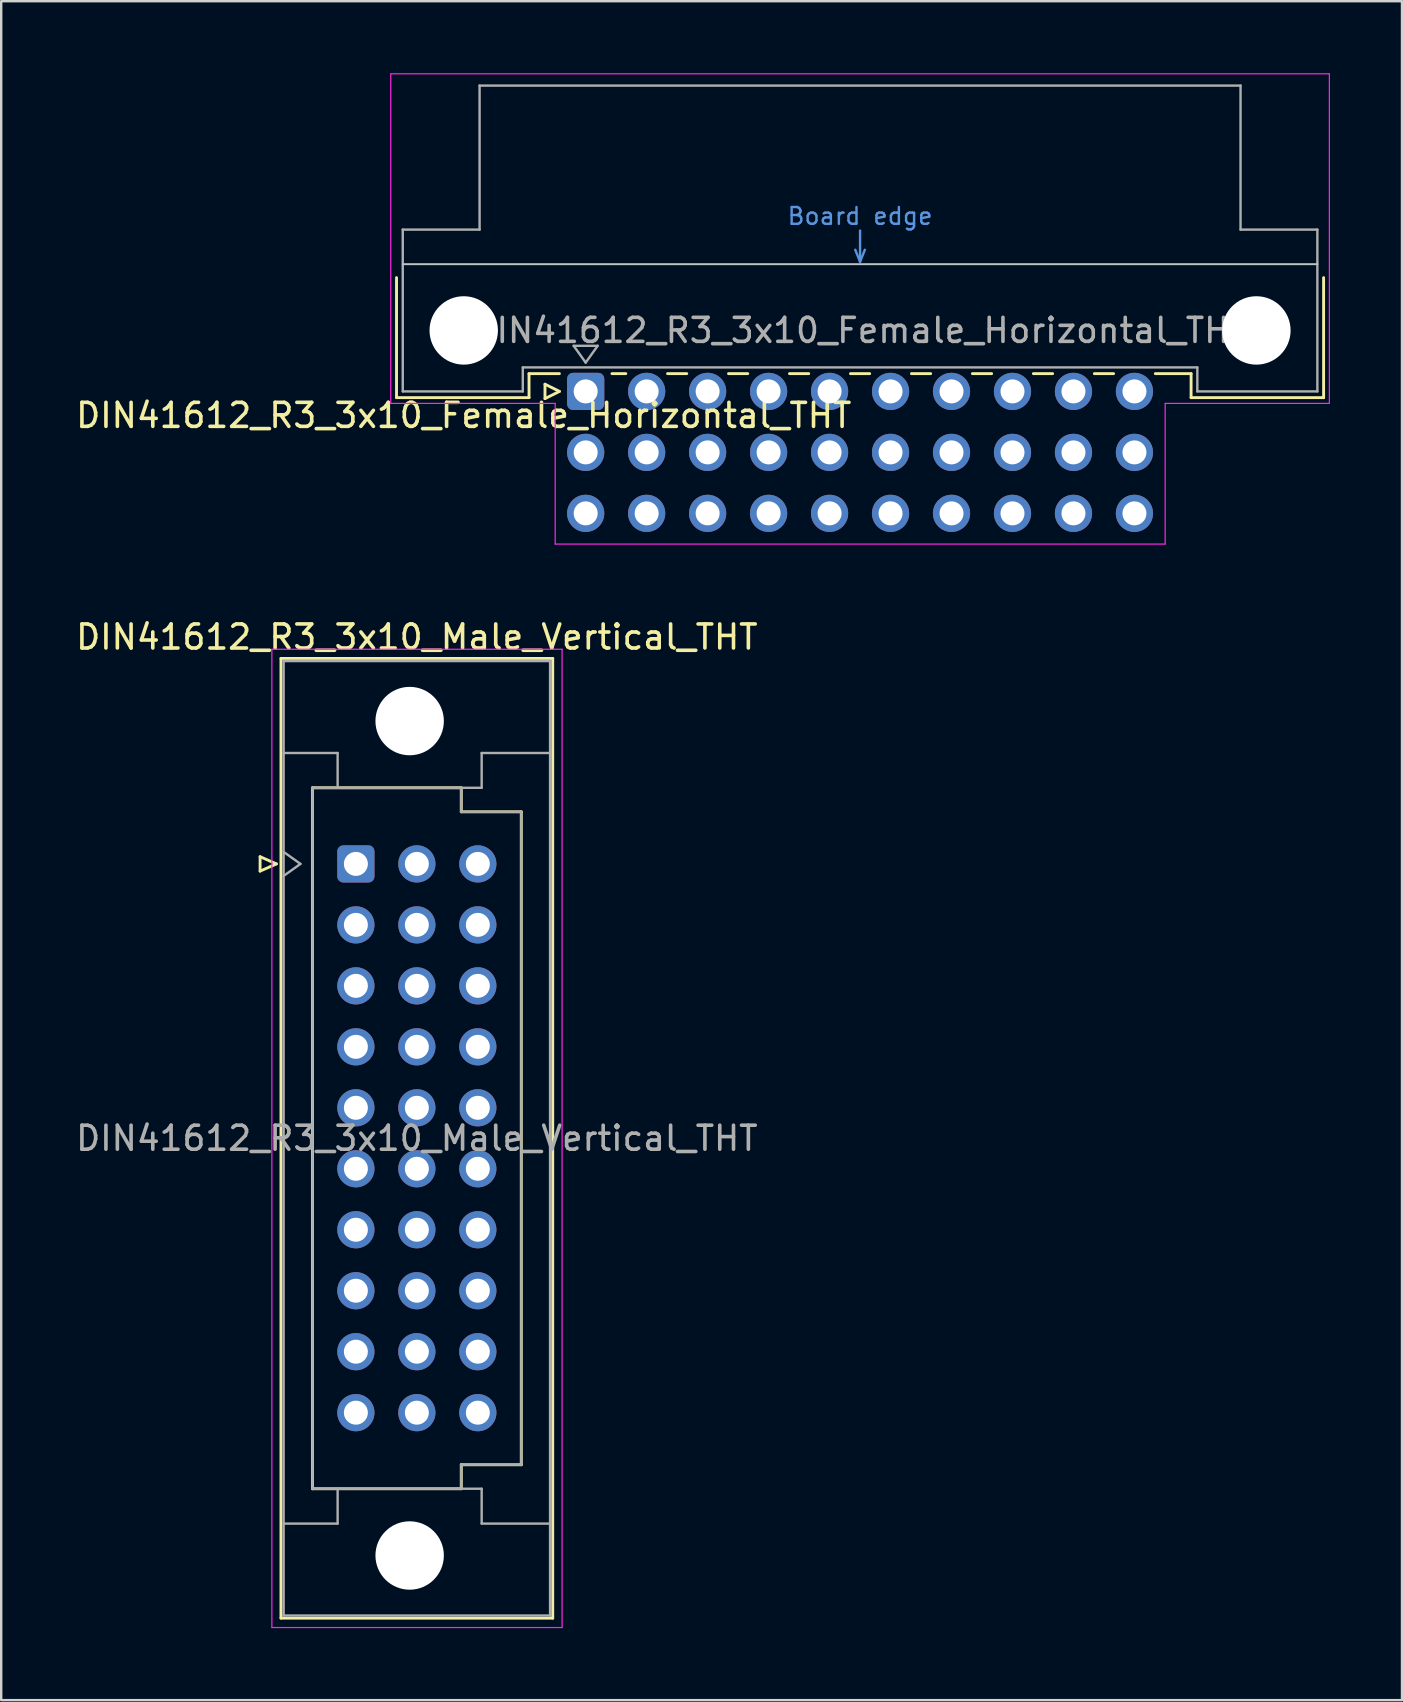
<source format=kicad_pcb>
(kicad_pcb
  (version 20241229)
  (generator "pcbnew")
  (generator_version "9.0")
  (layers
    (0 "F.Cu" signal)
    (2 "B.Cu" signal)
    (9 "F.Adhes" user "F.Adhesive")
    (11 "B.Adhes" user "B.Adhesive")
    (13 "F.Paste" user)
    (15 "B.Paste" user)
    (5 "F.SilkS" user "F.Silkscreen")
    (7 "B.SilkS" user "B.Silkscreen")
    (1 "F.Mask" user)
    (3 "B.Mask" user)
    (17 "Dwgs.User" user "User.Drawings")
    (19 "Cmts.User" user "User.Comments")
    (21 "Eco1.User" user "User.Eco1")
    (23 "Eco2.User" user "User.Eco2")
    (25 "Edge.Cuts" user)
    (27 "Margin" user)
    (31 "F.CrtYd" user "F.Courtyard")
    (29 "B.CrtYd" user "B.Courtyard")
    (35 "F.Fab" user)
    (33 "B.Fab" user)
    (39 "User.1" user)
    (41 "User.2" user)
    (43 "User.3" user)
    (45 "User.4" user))
  (footprint "DIN41612_R3_3x10_Male_Vertical_THT"
    (layer "F.Cu")
    (at 11.775 32.938)
    (property "Reference" "DIN41612_R3_3x10_Male_Vertical_THT" (at 2.54 -9.45 0) (layer "F.SilkS") (effects (font (size 1 1) (thickness 0.15))))
    (attr through_hole)
    (fp_line (start -3.99 -0.3) (end -3.99 0.3) (stroke (width 0.12) (type solid)) (layer "F.SilkS"))
    (fp_line (start -3.99 0.3) (end -3.31 0) (stroke (width 0.12) (type solid)) (layer "F.SilkS"))
    (fp_line (start -3.31 0) (end -3.99 -0.3) (stroke (width 0.12) (type solid)) (layer "F.SilkS"))
    (fp_line (start -3.12 -8.56) (end 8.2 -8.56) (stroke (width 0.12) (type solid)) (layer "F.SilkS"))
    (fp_line (start -3.12 31.42) (end -3.12 -8.56) (stroke (width 0.12) (type solid)) (layer "F.SilkS"))
    (fp_line (start -1.81 -3.17) (end 4.39 -3.17) (stroke (width 0.12) (type solid)) (layer "F.SilkS"))
    (fp_line (start -1.81 26.03) (end -1.81 -3.17) (stroke (width 0.12) (type solid)) (layer "F.SilkS"))
    (fp_line (start 4.39 -3.17) (end 4.39 -2.17) (stroke (width 0.12) (type solid)) (layer "F.SilkS"))
    (fp_line (start 4.39 -2.17) (end 6.89 -2.17) (stroke (width 0.12) (type solid)) (layer "F.SilkS"))
    (fp_line (start 4.39 25.03) (end 4.39 26.03) (stroke (width 0.12) (type solid)) (layer "F.SilkS"))
    (fp_line (start 4.39 26.03) (end -1.81 26.03) (stroke (width 0.12) (type solid)) (layer "F.SilkS"))
    (fp_line (start 6.89 -2.17) (end 6.89 25.03) (stroke (width 0.12) (type solid)) (layer "F.SilkS"))
    (fp_line (start 6.89 25.03) (end 4.39 25.03) (stroke (width 0.12) (type solid)) (layer "F.SilkS"))
    (fp_line (start 8.2 -8.56) (end 8.2 31.42) (stroke (width 0.12) (type solid)) (layer "F.SilkS"))
    (fp_line (start 8.2 31.42) (end -3.12 31.42) (stroke (width 0.12) (type solid)) (layer "F.SilkS"))
    (fp_line (start -3.5 -8.94) (end 8.59 -8.94) (stroke (width 0.05) (type solid)) (layer "F.CrtYd"))
    (fp_line (start -3.5 31.81) (end -3.5 -8.94) (stroke (width 0.05) (type solid)) (layer "F.CrtYd"))
    (fp_line (start 8.59 -8.94) (end 8.59 31.81) (stroke (width 0.05) (type solid)) (layer "F.CrtYd"))
    (fp_line (start 8.59 31.81) (end -3.5 31.81) (stroke (width 0.05) (type solid)) (layer "F.CrtYd"))
    (fp_line (start -3.01 -8.45) (end 8.09 -8.45) (stroke (width 0.1) (type solid)) (layer "F.Fab"))
    (fp_line (start -3.01 -4.62) (end -0.76 -4.62) (stroke (width 0.1) (type solid)) (layer "F.Fab"))
    (fp_line (start -3.01 -0.5) (end -2.31 0) (stroke (width 0.1) (type solid)) (layer "F.Fab"))
    (fp_line (start -3.01 27.48) (end -0.76 27.48) (stroke (width 0.1) (type solid)) (layer "F.Fab"))
    (fp_line (start -3.01 31.31) (end -3.01 -8.45) (stroke (width 0.1) (type solid)) (layer "F.Fab"))
    (fp_line (start -2.31 0) (end -3.01 0.5) (stroke (width 0.1) (type solid)) (layer "F.Fab"))
    (fp_line (start -1.81 -3.17) (end 4.39 -3.17) (stroke (width 0.1) (type solid)) (layer "F.Fab"))
    (fp_line (start -1.81 26.03) (end -1.81 -3.17) (stroke (width 0.1) (type solid)) (layer "F.Fab"))
    (fp_line (start -0.76 -4.62) (end -0.76 -3.17) (stroke (width 0.1) (type solid)) (layer "F.Fab"))
    (fp_line (start -0.76 27.48) (end -0.76 26.03) (stroke (width 0.1) (type solid)) (layer "F.Fab"))
    (fp_line (start 4.39 -3.17) (end 4.39 -2.17) (stroke (width 0.1) (type solid)) (layer "F.Fab"))
    (fp_line (start 4.39 -3.17) (end 5.24 -3.17) (stroke (width 0.1) (type solid)) (layer "F.Fab"))
    (fp_line (start 4.39 -2.17) (end 6.89 -2.17) (stroke (width 0.1) (type solid)) (layer "F.Fab"))
    (fp_line (start 4.39 25.03) (end 4.39 26.03) (stroke (width 0.1) (type solid)) (layer "F.Fab"))
    (fp_line (start 4.39 26.03) (end -1.81 26.03) (stroke (width 0.1) (type solid)) (layer "F.Fab"))
    (fp_line (start 4.39 26.03) (end 5.24 26.03) (stroke (width 0.1) (type solid)) (layer "F.Fab"))
    (fp_line (start 5.24 -4.62) (end 8.09 -4.62) (stroke (width 0.1) (type solid)) (layer "F.Fab"))
    (fp_line (start 5.24 -3.17) (end 5.24 -4.62) (stroke (width 0.1) (type solid)) (layer "F.Fab"))
    (fp_line (start 5.24 26.03) (end 5.24 27.48) (stroke (width 0.1) (type solid)) (layer "F.Fab"))
    (fp_line (start 5.24 27.48) (end 8.09 27.48) (stroke (width 0.1) (type solid)) (layer "F.Fab"))
    (fp_line (start 6.89 -2.17) (end 6.89 25.03) (stroke (width 0.1) (type solid)) (layer "F.Fab"))
    (fp_line (start 6.89 25.03) (end 4.39 25.03) (stroke (width 0.1) (type solid)) (layer "F.Fab"))
    (fp_line (start 8.09 -8.45) (end 8.09 31.31) (stroke (width 0.1) (type solid)) (layer "F.Fab"))
    (fp_line (start 8.09 31.31) (end -3.01 31.31) (stroke (width 0.1) (type solid)) (layer "F.Fab"))
    (fp_text user "${REFERENCE}" (at 2.54 11.43 0) (layer "F.Fab") (effects (font (size 1 1) (thickness 0.15))))
    (pad "" np_thru_hole circle (at 2.24 -5.95) (size 2.85 2.85) (drill 2.85) (layers "*.Cu" "*.Mask"))
    (pad "" np_thru_hole circle (at 2.24 28.81) (size 2.85 2.85) (drill 2.85) (layers "*.Cu" "*.Mask"))
    (pad "a1" thru_hole roundrect (at 0 0) (size 1.55 1.55) (drill 1) (layers "*.Cu" "*.Mask") (roundrect_rratio 0.161))
    (pad "a2" thru_hole circle (at 0 2.54) (size 1.55 1.55) (drill 1) (layers "*.Cu" "*.Mask"))
    (pad "a3" thru_hole circle (at 0 5.08) (size 1.55 1.55) (drill 1) (layers "*.Cu" "*.Mask"))
    (pad "a4" thru_hole circle (at 0 7.62) (size 1.55 1.55) (drill 1) (layers "*.Cu" "*.Mask"))
    (pad "a5" thru_hole circle (at 0 10.16) (size 1.55 1.55) (drill 1) (layers "*.Cu" "*.Mask"))
    (pad "a6" thru_hole circle (at 0 12.7) (size 1.55 1.55) (drill 1) (layers "*.Cu" "*.Mask"))
    (pad "a7" thru_hole circle (at 0 15.24) (size 1.55 1.55) (drill 1) (layers "*.Cu" "*.Mask"))
    (pad "a8" thru_hole circle (at 0 17.78) (size 1.55 1.55) (drill 1) (layers "*.Cu" "*.Mask"))
    (pad "a9" thru_hole circle (at 0 20.32) (size 1.55 1.55) (drill 1) (layers "*.Cu" "*.Mask"))
    (pad "a10" thru_hole circle (at 0 22.86) (size 1.55 1.55) (drill 1) (layers "*.Cu" "*.Mask"))
    (pad "b1" thru_hole circle (at 2.54 0) (size 1.55 1.55) (drill 1) (layers "*.Cu" "*.Mask"))
    (pad "b2" thru_hole circle (at 2.54 2.54) (size 1.55 1.55) (drill 1) (layers "*.Cu" "*.Mask"))
    (pad "b3" thru_hole circle (at 2.54 5.08) (size 1.55 1.55) (drill 1) (layers "*.Cu" "*.Mask"))
    (pad "b4" thru_hole circle (at 2.54 7.62) (size 1.55 1.55) (drill 1) (layers "*.Cu" "*.Mask"))
    (pad "b5" thru_hole circle (at 2.54 10.16) (size 1.55 1.55) (drill 1) (layers "*.Cu" "*.Mask"))
    (pad "b6" thru_hole circle (at 2.54 12.7) (size 1.55 1.55) (drill 1) (layers "*.Cu" "*.Mask"))
    (pad "b7" thru_hole circle (at 2.54 15.24) (size 1.55 1.55) (drill 1) (layers "*.Cu" "*.Mask"))
    (pad "b8" thru_hole circle (at 2.54 17.78) (size 1.55 1.55) (drill 1) (layers "*.Cu" "*.Mask"))
    (pad "b9" thru_hole circle (at 2.54 20.32) (size 1.55 1.55) (drill 1) (layers "*.Cu" "*.Mask"))
    (pad "b10" thru_hole circle (at 2.54 22.86) (size 1.55 1.55) (drill 1) (layers "*.Cu" "*.Mask"))
    (pad "c1" thru_hole circle (at 5.08 0) (size 1.55 1.55) (drill 1) (layers "*.Cu" "*.Mask"))
    (pad "c2" thru_hole circle (at 5.08 2.54) (size 1.55 1.55) (drill 1) (layers "*.Cu" "*.Mask"))
    (pad "c3" thru_hole circle (at 5.08 5.08) (size 1.55 1.55) (drill 1) (layers "*.Cu" "*.Mask"))
    (pad "c4" thru_hole circle (at 5.08 7.62) (size 1.55 1.55) (drill 1) (layers "*.Cu" "*.Mask"))
    (pad "c5" thru_hole circle (at 5.08 10.16) (size 1.55 1.55) (drill 1) (layers "*.Cu" "*.Mask"))
    (pad "c6" thru_hole circle (at 5.08 12.7) (size 1.55 1.55) (drill 1) (layers "*.Cu" "*.Mask"))
    (pad "c7" thru_hole circle (at 5.08 15.24) (size 1.55 1.55) (drill 1) (layers "*.Cu" "*.Mask"))
    (pad "c8" thru_hole circle (at 5.08 17.78) (size 1.55 1.55) (drill 1) (layers "*.Cu" "*.Mask"))
    (pad "c9" thru_hole circle (at 5.08 20.32) (size 1.55 1.55) (drill 1) (layers "*.Cu" "*.Mask"))
    (pad "c10" thru_hole circle (at 5.08 22.86) (size 1.55 1.55) (drill 1) (layers "*.Cu" "*.Mask")))
  (footprint "DIN41612_R3_3x10_Female_Horizontal_THT"
    (layer "F.Cu")
    (at 21.348 13.255)
    (property "Reference" "DIN41612_R3_3x10_Female_Horizontal_THT" (at -5.08 1 0) (layer "F.SilkS") (effects (font (size 1 1) (thickness 0.15))))
    (attr through_hole)
    (fp_line (start -7.88 -4.74) (end -7.88 0.26) (stroke (width 0.12) (type solid)) (layer "F.SilkS"))
    (fp_line (start -7.88 0.26) (end -2.36 0.26) (stroke (width 0.12) (type solid)) (layer "F.SilkS"))
    (fp_line (start -2.361 -0.74) (end -1.095 -0.74) (stroke (width 0.12) (type solid)) (layer "F.SilkS"))
    (fp_line (start -2.36 0.26) (end -2.36 -0.74) (stroke (width 0.12) (type solid)) (layer "F.SilkS"))
    (fp_line (start -1.695 -0.3) (end -1.695 0.3) (stroke (width 0.12) (type solid)) (layer "F.SilkS"))
    (fp_line (start -1.695 0.3) (end -1.095 0) (stroke (width 0.12) (type solid)) (layer "F.SilkS"))
    (fp_line (start -1.095 0) (end -1.695 -0.3) (stroke (width 0.12) (type solid)) (layer "F.SilkS"))
    (fp_line (start 1.095 -0.74) (end 1.671 -0.74) (stroke (width 0.12) (type solid)) (layer "F.SilkS"))
    (fp_line (start 3.41 -0.74) (end 4.211 -0.74) (stroke (width 0.12) (type solid)) (layer "F.SilkS"))
    (fp_line (start 5.95 -0.74) (end 6.751 -0.74) (stroke (width 0.12) (type solid)) (layer "F.SilkS"))
    (fp_line (start 8.49 -0.74) (end 9.291 -0.74) (stroke (width 0.12) (type solid)) (layer "F.SilkS"))
    (fp_line (start 11.03 -0.74) (end 11.831 -0.74) (stroke (width 0.12) (type solid)) (layer "F.SilkS"))
    (fp_line (start 13.57 -0.74) (end 14.371 -0.74) (stroke (width 0.12) (type solid)) (layer "F.SilkS"))
    (fp_line (start 16.11 -0.74) (end 16.911 -0.74) (stroke (width 0.12) (type solid)) (layer "F.SilkS"))
    (fp_line (start 18.65 -0.74) (end 19.451 -0.74) (stroke (width 0.12) (type solid)) (layer "F.SilkS"))
    (fp_line (start 21.19 -0.74) (end 21.991 -0.74) (stroke (width 0.12) (type solid)) (layer "F.SilkS"))
    (fp_line (start 23.73 -0.74) (end 25.22 -0.74) (stroke (width 0.12) (type solid)) (layer "F.SilkS"))
    (fp_line (start 25.22 0.26) (end 25.22 -0.74) (stroke (width 0.12) (type solid)) (layer "F.SilkS"))
    (fp_line (start 30.74 -4.74) (end 30.74 0.26) (stroke (width 0.12) (type solid)) (layer "F.SilkS"))
    (fp_line (start 30.74 0.26) (end 25.22 0.26) (stroke (width 0.12) (type solid)) (layer "F.SilkS"))
    (fp_line (start -7.62 -5.3) (end 30.48 -5.3) (stroke (width 0.08) (type solid)) (layer "Dwgs.User"))
    (fp_line (start 11.23 -5.9) (end 11.43 -5.4) (stroke (width 0.1) (type solid)) (layer "Cmts.User"))
    (fp_line (start 11.43 -5.4) (end 11.43 -6.7) (stroke (width 0.1) (type solid)) (layer "Cmts.User"))
    (fp_line (start 11.43 -5.4) (end 11.63 -5.9) (stroke (width 0.1) (type solid)) (layer "Cmts.User"))
    (fp_line (start -8.12 -13.23) (end -8.12 0.5) (stroke (width 0.05) (type solid)) (layer "F.CrtYd"))
    (fp_line (start -8.12 0.5) (end -1.27 0.5) (stroke (width 0.05) (type solid)) (layer "F.CrtYd"))
    (fp_line (start -1.27 0.5) (end -1.27 6.36) (stroke (width 0.05) (type solid)) (layer "F.CrtYd"))
    (fp_line (start -1.27 6.36) (end 24.14 6.36) (stroke (width 0.05) (type solid)) (layer "F.CrtYd"))
    (fp_line (start 24.14 0.5) (end 30.98 0.5) (stroke (width 0.05) (type solid)) (layer "F.CrtYd"))
    (fp_line (start 24.14 6.36) (end 24.14 0.5) (stroke (width 0.05) (type solid)) (layer "F.CrtYd"))
    (fp_line (start 30.98 -13.23) (end -8.12 -13.23) (stroke (width 0.05) (type solid)) (layer "F.CrtYd"))
    (fp_line (start 30.98 0.5) (end 30.98 -13.23) (stroke (width 0.05) (type solid)) (layer "F.CrtYd"))
    (fp_line (start -7.62 -6.74) (end -7.62 0) (stroke (width 0.1) (type solid)) (layer "F.Fab"))
    (fp_line (start -7.62 0) (end -2.62 0) (stroke (width 0.1) (type solid)) (layer "F.Fab"))
    (fp_line (start -4.42 -12.74) (end -4.42 -6.74) (stroke (width 0.1) (type solid)) (layer "F.Fab"))
    (fp_line (start -4.42 -6.74) (end -7.62 -6.74) (stroke (width 0.1) (type solid)) (layer "F.Fab"))
    (fp_line (start -2.62 -1) (end 25.48 -1) (stroke (width 0.1) (type solid)) (layer "F.Fab"))
    (fp_line (start -2.62 0) (end -2.62 -1) (stroke (width 0.1) (type solid)) (layer "F.Fab"))
    (fp_line (start -0.5 -1.9) (end 0.5 -1.9) (stroke (width 0.1) (type solid)) (layer "F.Fab"))
    (fp_line (start 0 -1.2) (end -0.5 -1.9) (stroke (width 0.1) (type solid)) (layer "F.Fab"))
    (fp_line (start 0.5 -1.9) (end 0 -1.2) (stroke (width 0.1) (type solid)) (layer "F.Fab"))
    (fp_line (start 25.48 -1) (end 25.48 0) (stroke (width 0.1) (type solid)) (layer "F.Fab"))
    (fp_line (start 25.48 0) (end 30.48 0) (stroke (width 0.1) (type solid)) (layer "F.Fab"))
    (fp_line (start 27.28 -12.74) (end -4.42 -12.74) (stroke (width 0.1) (type solid)) (layer "F.Fab"))
    (fp_line (start 27.28 -6.74) (end 27.28 -12.74) (stroke (width 0.1) (type solid)) (layer "F.Fab"))
    (fp_line (start 30.48 -6.74) (end 27.28 -6.74) (stroke (width 0.1) (type solid)) (layer "F.Fab"))
    (fp_line (start 30.48 0) (end 30.48 -6.74) (stroke (width 0.1) (type solid)) (layer "F.Fab"))
    (fp_text user "Board edge" (at 11.43 -7.3 0) (layer "Cmts.User") (effects (font (size 0.7 0.7) (thickness 0.1))))
    (fp_text user "${REFERENCE}" (at 11.43 -2.54 0) (layer "F.Fab") (effects (font (size 1 1) (thickness 0.15))))
    (pad "" np_thru_hole circle (at -5.08 -2.54) (size 2.85 2.85) (drill 2.85) (layers "*.Cu" "*.Mask"))
    (pad "" np_thru_hole circle (at 27.94 -2.54) (size 2.85 2.85) (drill 2.85) (layers "*.Cu" "*.Mask"))
    (pad "a1" thru_hole roundrect (at 0 0) (size 1.55 1.55) (drill 1) (layers "*.Cu" "*.Mask") (roundrect_rratio 0.161))
    (pad "a2" thru_hole circle (at 2.54 0) (size 1.55 1.55) (drill 1) (layers "*.Cu" "*.Mask"))
    (pad "a3" thru_hole circle (at 5.08 0) (size 1.55 1.55) (drill 1) (layers "*.Cu" "*.Mask"))
    (pad "a4" thru_hole circle (at 7.62 0) (size 1.55 1.55) (drill 1) (layers "*.Cu" "*.Mask"))
    (pad "a5" thru_hole circle (at 10.16 0) (size 1.55 1.55) (drill 1) (layers "*.Cu" "*.Mask"))
    (pad "a6" thru_hole circle (at 12.7 0) (size 1.55 1.55) (drill 1) (layers "*.Cu" "*.Mask"))
    (pad "a7" thru_hole circle (at 15.24 0) (size 1.55 1.55) (drill 1) (layers "*.Cu" "*.Mask"))
    (pad "a8" thru_hole circle (at 17.78 0) (size 1.55 1.55) (drill 1) (layers "*.Cu" "*.Mask"))
    (pad "a9" thru_hole circle (at 20.32 0) (size 1.55 1.55) (drill 1) (layers "*.Cu" "*.Mask"))
    (pad "a10" thru_hole circle (at 22.86 0) (size 1.55 1.55) (drill 1) (layers "*.Cu" "*.Mask"))
    (pad "b1" thru_hole circle (at 0 2.54) (size 1.55 1.55) (drill 1) (layers "*.Cu" "*.Mask"))
    (pad "b2" thru_hole circle (at 2.54 2.54) (size 1.55 1.55) (drill 1) (layers "*.Cu" "*.Mask"))
    (pad "b3" thru_hole circle (at 5.08 2.54) (size 1.55 1.55) (drill 1) (layers "*.Cu" "*.Mask"))
    (pad "b4" thru_hole circle (at 7.62 2.54) (size 1.55 1.55) (drill 1) (layers "*.Cu" "*.Mask"))
    (pad "b5" thru_hole circle (at 10.16 2.54) (size 1.55 1.55) (drill 1) (layers "*.Cu" "*.Mask"))
    (pad "b6" thru_hole circle (at 12.7 2.54) (size 1.55 1.55) (drill 1) (layers "*.Cu" "*.Mask"))
    (pad "b7" thru_hole circle (at 15.24 2.54) (size 1.55 1.55) (drill 1) (layers "*.Cu" "*.Mask"))
    (pad "b8" thru_hole circle (at 17.78 2.54) (size 1.55 1.55) (drill 1) (layers "*.Cu" "*.Mask"))
    (pad "b9" thru_hole circle (at 20.32 2.54) (size 1.55 1.55) (drill 1) (layers "*.Cu" "*.Mask"))
    (pad "b10" thru_hole circle (at 22.86 2.54) (size 1.55 1.55) (drill 1) (layers "*.Cu" "*.Mask"))
    (pad "c1" thru_hole circle (at 0 5.08) (size 1.55 1.55) (drill 1) (layers "*.Cu" "*.Mask"))
    (pad "c2" thru_hole circle (at 2.54 5.08) (size 1.55 1.55) (drill 1) (layers "*.Cu" "*.Mask"))
    (pad "c3" thru_hole circle (at 5.08 5.08) (size 1.55 1.55) (drill 1) (layers "*.Cu" "*.Mask"))
    (pad "c4" thru_hole circle (at 7.62 5.08) (size 1.55 1.55) (drill 1) (layers "*.Cu" "*.Mask"))
    (pad "c5" thru_hole circle (at 10.16 5.08) (size 1.55 1.55) (drill 1) (layers "*.Cu" "*.Mask"))
    (pad "c6" thru_hole circle (at 12.7 5.08) (size 1.55 1.55) (drill 1) (layers "*.Cu" "*.Mask"))
    (pad "c7" thru_hole circle (at 15.24 5.08) (size 1.55 1.55) (drill 1) (layers "*.Cu" "*.Mask"))
    (pad "c8" thru_hole circle (at 17.78 5.08) (size 1.55 1.55) (drill 1) (layers "*.Cu" "*.Mask"))
    (pad "c9" thru_hole circle (at 20.32 5.08) (size 1.55 1.55) (drill 1) (layers "*.Cu" "*.Mask"))
    (pad "c10" thru_hole circle (at 22.86 5.08) (size 1.55 1.55) (drill 1) (layers "*.Cu" "*.Mask")))
  (gr_rect
    (start -3 -3)
    (end 55.353 67.773)
    (stroke (width 0.1) (type default))
    (fill no)
    (layer "Edge.Cuts")))
</source>
